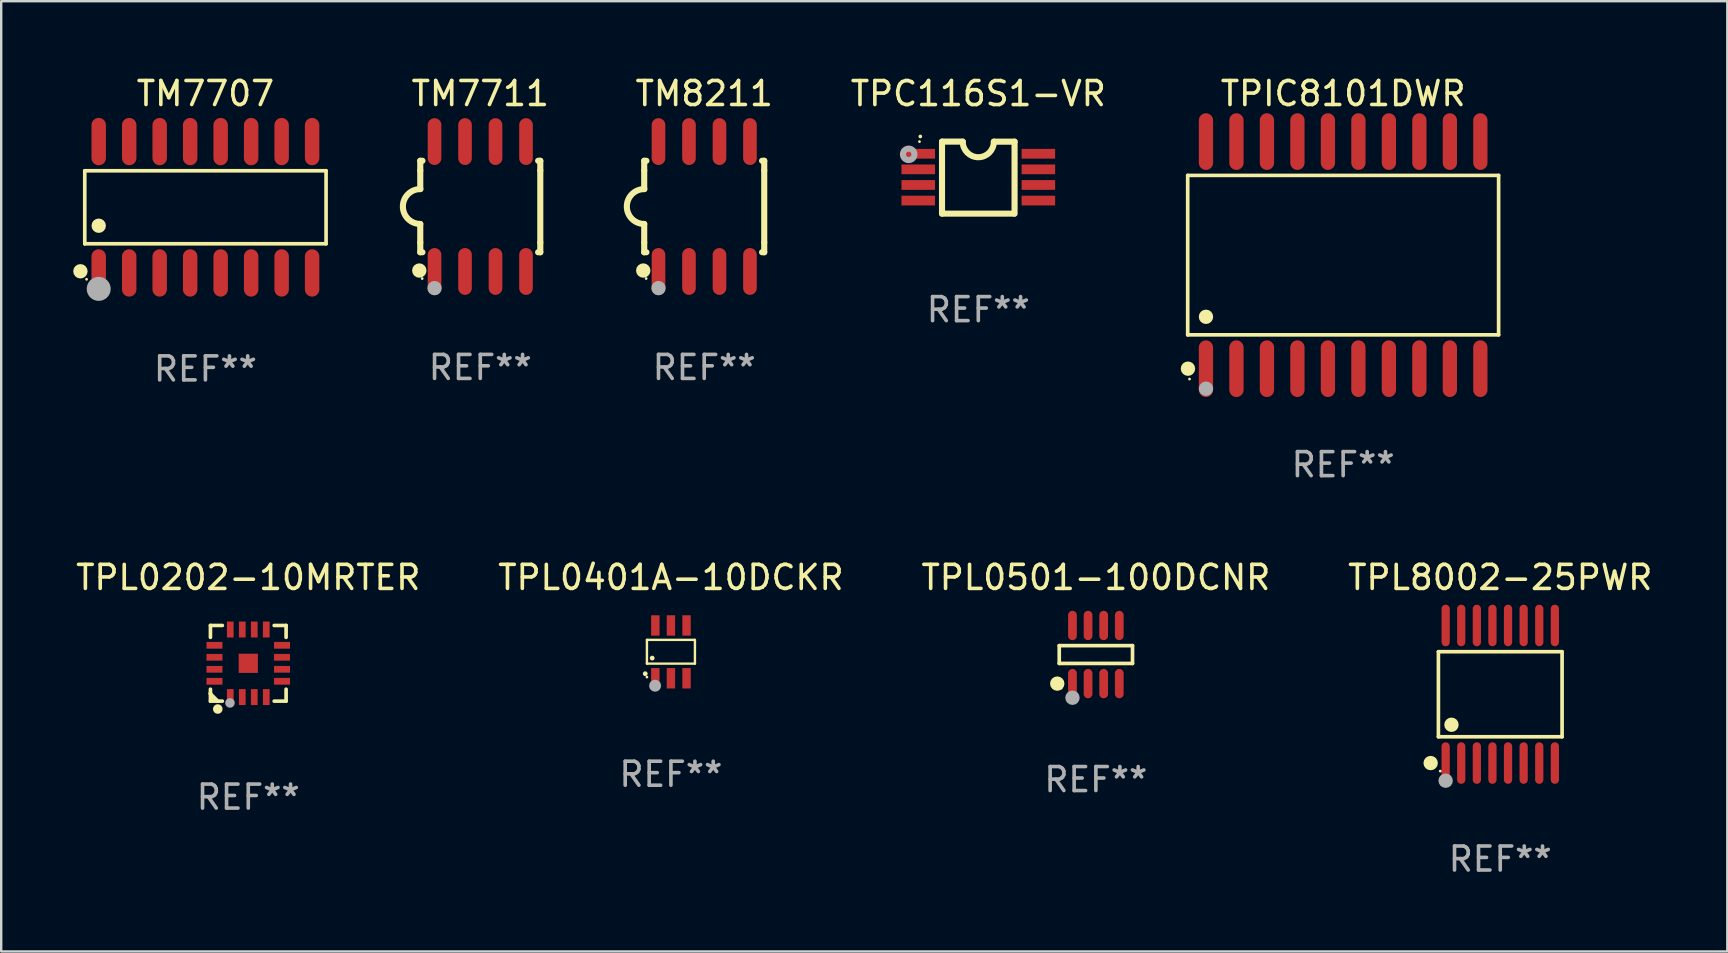
<source format=kicad_pcb>
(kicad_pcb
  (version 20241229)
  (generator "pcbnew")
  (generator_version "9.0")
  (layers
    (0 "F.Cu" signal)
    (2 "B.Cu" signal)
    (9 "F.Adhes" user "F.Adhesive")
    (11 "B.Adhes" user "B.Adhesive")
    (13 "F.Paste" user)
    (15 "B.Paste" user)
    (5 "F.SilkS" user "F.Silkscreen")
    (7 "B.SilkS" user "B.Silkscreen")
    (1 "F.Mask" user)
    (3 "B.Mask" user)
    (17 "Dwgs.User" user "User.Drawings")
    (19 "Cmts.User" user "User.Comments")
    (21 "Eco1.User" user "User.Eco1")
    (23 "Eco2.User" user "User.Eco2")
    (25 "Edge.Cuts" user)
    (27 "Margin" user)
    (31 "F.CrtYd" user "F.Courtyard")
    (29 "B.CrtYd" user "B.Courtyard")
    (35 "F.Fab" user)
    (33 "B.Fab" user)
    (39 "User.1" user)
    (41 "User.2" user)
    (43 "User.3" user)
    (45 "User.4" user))
  (footprint "TM8211"
    (layer "F.Cu")
    (at 26.286 5.553)
    (property "Reference" "TM8211" (at 0 -4.705 0) (layer "F.SilkS") (effects (font (size 1 1) (thickness 0.15))))
    (attr through_hole)
    (fp_line (start -2.5 -1.905) (end -2.409 -1.905) (stroke (width 0.254) (type solid)) (layer "F.SilkS"))
    (fp_line (start -2.5 -1.5) (end -2.5 -1.905) (stroke (width 0.254) (type solid)) (layer "F.SilkS"))
    (fp_line (start -2.5 -1.5) (end -2.5 -0.726) (stroke (width 0.254) (type solid)) (layer "F.SilkS"))
    (fp_line (start -2.5 1.5) (end -2.5 0.727) (stroke (width 0.254) (type solid)) (layer "F.SilkS"))
    (fp_line (start -2.5 1.5) (end -2.5 1.905) (stroke (width 0.254) (type solid)) (layer "F.SilkS"))
    (fp_line (start -2.5 1.905) (end -2.409 1.905) (stroke (width 0.254) (type solid)) (layer "F.SilkS"))
    (fp_line (start 2.5 -1.905) (end 2.409 -1.905) (stroke (width 0.254) (type solid)) (layer "F.SilkS"))
    (fp_line (start 2.5 -1.5) (end 2.5 -1.905) (stroke (width 0.254) (type solid)) (layer "F.SilkS"))
    (fp_line (start 2.5 -1.5) (end 2.5 1.5) (stroke (width 0.254) (type solid)) (layer "F.SilkS"))
    (fp_line (start 2.5 1.5) (end 2.5 1.905) (stroke (width 0.254) (type solid)) (layer "F.SilkS"))
    (fp_line (start 2.5 1.905) (end 2.409 1.905) (stroke (width 0.254) (type solid)) (layer "F.SilkS"))
    (fp_arc (start -2.5 0.726568) (mid -3.220316 -0.0023) (end -2.495097 -0.726289) (stroke (width 0.254001) (type solid)) (layer "F.SilkS"))
    (fp_circle (center -2.54 2.667) (end -2.39 2.667) (stroke (width 0.3) (type solid)) (fill no) (layer "F.SilkS"))
    (fp_circle (center -2.42 3) (end -2.39 3) (stroke (width 0.06) (type solid)) (fill no) (layer "F.SilkS"))
    (fp_circle (center -1.905 3.4) (end -1.755 3.4) (stroke (width 0.3) (type solid)) (fill no) (layer "F.Fab"))
    (fp_text user "REF**" (at 0 6.705 0) (layer "F.Fab") (effects (font (size 1 1) (thickness 0.15))))
    (pad "1" smd oval (at -1.905 2.705) (size 0.568 1.95) (layers "F.Cu" "F.Mask" "F.Paste"))
    (pad "2" smd oval (at -0.635 2.705) (size 0.568 1.95) (layers "F.Cu" "F.Mask" "F.Paste"))
    (pad "3" smd oval (at 0.635 2.705) (size 0.568 1.95) (layers "F.Cu" "F.Mask" "F.Paste"))
    (pad "4" smd oval (at 1.905 2.705) (size 0.568 1.95) (layers "F.Cu" "F.Mask" "F.Paste"))
    (pad "5" smd oval (at 1.905 -2.705) (size 0.568 1.95) (layers "F.Cu" "F.Mask" "F.Paste"))
    (pad "6" smd oval (at 0.635 -2.705) (size 0.568 1.95) (layers "F.Cu" "F.Mask" "F.Paste"))
    (pad "7" smd oval (at -0.635 -2.705) (size 0.568 1.95) (layers "F.Cu" "F.Mask" "F.Paste"))
    (pad "8" smd oval (at -1.905 -2.705) (size 0.568 1.95) (layers "F.Cu" "F.Mask" "F.Paste")))
  (footprint "TPL0401A-10DCKR"
    (layer "F.Cu")
    (at 24.899 24.105)
    (property "Reference" "TPL0401A-10DCKR" (at 0 -3.1 0) (layer "F.SilkS") (effects (font (size 1 1) (thickness 0.15))))
    (attr through_hole)
    (fp_line (start -1 -0.5) (end -1 0.49) (stroke (width 0.1) (type solid)) (layer "F.SilkS"))
    (fp_line (start -1 0.49) (end 1 0.49) (stroke (width 0.1) (type solid)) (layer "F.SilkS"))
    (fp_line (start 0.99 -0.5) (end -1 -0.5) (stroke (width 0.1) (type solid)) (layer "F.SilkS"))
    (fp_line (start 1 -0.49) (end 0.99 -0.5) (stroke (width 0.1) (type solid)) (layer "F.SilkS"))
    (fp_line (start 1 0.49) (end 1 -0.49) (stroke (width 0.1) (type solid)) (layer "F.SilkS"))
    (fp_circle (center -1.07 0.91) (end -1.02 0.91) (stroke (width 0.1) (type solid)) (fill no) (layer "F.SilkS"))
    (fp_circle (center -1 1.05) (end -0.97 1.05) (stroke (width 0.06) (type solid)) (fill no) (layer "F.SilkS"))
    (fp_circle (center -0.78 0.26) (end -0.73 0.26) (stroke (width 0.1) (type solid)) (fill no) (layer "F.SilkS"))
    (fp_circle (center -0.66 1.41) (end -0.535 1.41) (stroke (width 0.25) (type solid)) (fill no) (layer "F.Fab"))
    (fp_text user "REF**" (at 0 5.1 0) (layer "F.Fab") (effects (font (size 1 1) (thickness 0.15))))
    (pad "1" smd rect (at -0.65 1.1) (size 0.35 0.85) (layers "F.Cu" "F.Mask" "F.Paste"))
    (pad "2" smd rect (at 0 1.1) (size 0.35 0.85) (layers "F.Cu" "F.Mask" "F.Paste"))
    (pad "3" smd rect (at 0.65 1.1) (size 0.35 0.85) (layers "F.Cu" "F.Mask" "F.Paste"))
    (pad "4" smd rect (at 0.65 -1.1) (size 0.35 0.85) (layers "F.Cu" "F.Mask" "F.Paste"))
    (pad "5" smd rect (at 0 -1.1) (size 0.35 0.85) (layers "F.Cu" "F.Mask" "F.Paste"))
    (pad "6" smd rect (at -0.65 -1.1) (size 0.35 0.85) (layers "F.Cu" "F.Mask" "F.Paste")))
  (footprint "TPC116S1-VR"
    (layer "F.Cu")
    (at 37.703 4.35)
    (property "Reference" "TPC116S1-VR" (at 0 -3.501 0) (layer "F.SilkS") (effects (font (size 1 1) (thickness 0.15))))
    (attr through_hole)
    (fp_line (start -1.511 -1.501) (end -1.511 1.499) (stroke (width 0.254) (type solid)) (layer "F.SilkS"))
    (fp_line (start -1.511 -1.501) (end -0.648 -1.501) (stroke (width 0.254) (type solid)) (layer "F.SilkS"))
    (fp_line (start -1.511 1.499) (end 1.489 1.499) (stroke (width 0.254) (type solid)) (layer "F.SilkS"))
    (fp_line (start 0.648 -1.499) (end 1.511 -1.499) (stroke (width 0.254) (type solid)) (layer "F.SilkS"))
    (fp_line (start 1.511 -1.499) (end 1.511 1.501) (stroke (width 0.254) (type solid)) (layer "F.SilkS"))
    (fp_arc (start -2.41491 -1.713233) (mid -2.414916 -1.714503) (end -2.41491 -1.715773) (stroke (width 0.150013) (type solid)) (layer "F.SilkS"))
    (fp_arc (start 0.647803 -1.498603) (mid 0.000102 -0.850902) (end -0.647599 -1.498603) (stroke (width 0.254001) (type solid)) (layer "F.SilkS"))
    (fp_circle (center -2.45 -1.501) (end -2.42 -1.501) (stroke (width 0.06) (type solid)) (fill no) (layer "F.SilkS"))
    (fp_circle (center -2.9 -0.97) (end -2.788 -0.97) (stroke (width 0.254) (type solid)) (fill no) (layer "F.Fab"))
    (fp_text user "REF**" (at 0 5.501 0) (layer "F.Fab") (effects (font (size 1 1) (thickness 0.15))))
    (pad "1" smd rect (at -2.502 -0.995) (size 1.397 0.406) (layers "F.Cu" "F.Mask" "F.Paste"))
    (pad "2" smd rect (at -2.502 -0.345) (size 1.397 0.406) (layers "F.Cu" "F.Mask" "F.Paste"))
    (pad "3" smd rect (at -2.502 0.305) (size 1.397 0.406) (layers "F.Cu" "F.Mask" "F.Paste"))
    (pad "4" smd rect (at -2.502 0.955) (size 1.397 0.406) (layers "F.Cu" "F.Mask" "F.Paste"))
    (pad "5" smd rect (at 2.502 0.955) (size 1.397 0.406) (layers "F.Cu" "F.Mask" "F.Paste"))
    (pad "6" smd rect (at 2.502 0.305) (size 1.397 0.406) (layers "F.Cu" "F.Mask" "F.Paste"))
    (pad "7" smd rect (at 2.502 -0.345) (size 1.397 0.406) (layers "F.Cu" "F.Mask" "F.Paste"))
    (pad "8" smd rect (at 2.502 -0.995) (size 1.397 0.406) (layers "F.Cu" "F.Mask" "F.Paste")))
  (footprint "TM7707"
    (layer "F.Cu")
    (at 5.507 5.584)
    (property "Reference" "TM7707" (at 0 -4.736 0) (layer "F.SilkS") (effects (font (size 1 1) (thickness 0.15))))
    (attr through_hole)
    (fp_line (start -5.026 -1.521) (end 5.026 -1.521) (stroke (width 0.152) (type solid)) (layer "F.SilkS"))
    (fp_line (start -5.026 1.521) (end -5.026 -1.521) (stroke (width 0.152) (type solid)) (layer "F.SilkS"))
    (fp_line (start 5.026 -1.521) (end 5.026 1.521) (stroke (width 0.152) (type solid)) (layer "F.SilkS"))
    (fp_line (start 5.026 1.521) (end -5.026 1.521) (stroke (width 0.152) (type solid)) (layer "F.SilkS"))
    (fp_circle (center -5.207 2.667) (end -5.057 2.667) (stroke (width 0.3) (type solid)) (fill no) (layer "F.SilkS"))
    (fp_circle (center -4.95 3) (end -4.92 3) (stroke (width 0.06) (type solid)) (fill no) (layer "F.SilkS"))
    (fp_circle (center -4.445 0.769) (end -4.295 0.769) (stroke (width 0.3) (type solid)) (fill no) (layer "F.SilkS"))
    (fp_circle (center -4.445 3.4) (end -4.195 3.4) (stroke (width 0.5) (type solid)) (fill no) (layer "F.Fab"))
    (fp_text user "REF**" (at 0 6.736 0) (layer "F.Fab") (effects (font (size 1 1) (thickness 0.15))))
    (pad "1" smd oval (at -4.445 2.736) (size 0.602 1.971) (layers "F.Cu" "F.Mask" "F.Paste"))
    (pad "2" smd oval (at -3.175 2.736) (size 0.602 1.971) (layers "F.Cu" "F.Mask" "F.Paste"))
    (pad "3" smd oval (at -1.905 2.736) (size 0.602 1.971) (layers "F.Cu" "F.Mask" "F.Paste"))
    (pad "4" smd oval (at -0.635 2.736) (size 0.602 1.971) (layers "F.Cu" "F.Mask" "F.Paste"))
    (pad "5" smd oval (at 0.635 2.736) (size 0.602 1.971) (layers "F.Cu" "F.Mask" "F.Paste"))
    (pad "6" smd oval (at 1.905 2.736) (size 0.602 1.971) (layers "F.Cu" "F.Mask" "F.Paste"))
    (pad "7" smd oval (at 3.175 2.736) (size 0.602 1.971) (layers "F.Cu" "F.Mask" "F.Paste"))
    (pad "8" smd oval (at 4.445 2.736) (size 0.602 1.971) (layers "F.Cu" "F.Mask" "F.Paste"))
    (pad "9" smd oval (at 4.445 -2.736) (size 0.602 1.971) (layers "F.Cu" "F.Mask" "F.Paste"))
    (pad "10" smd oval (at 3.175 -2.736) (size 0.602 1.971) (layers "F.Cu" "F.Mask" "F.Paste"))
    (pad "11" smd oval (at 1.905 -2.736) (size 0.602 1.971) (layers "F.Cu" "F.Mask" "F.Paste"))
    (pad "12" smd oval (at 0.635 -2.736) (size 0.602 1.971) (layers "F.Cu" "F.Mask" "F.Paste"))
    (pad "13" smd oval (at -0.635 -2.736) (size 0.602 1.971) (layers "F.Cu" "F.Mask" "F.Paste"))
    (pad "14" smd oval (at -1.905 -2.736) (size 0.602 1.971) (layers "F.Cu" "F.Mask" "F.Paste"))
    (pad "15" smd oval (at -3.175 -2.736) (size 0.602 1.971) (layers "F.Cu" "F.Mask" "F.Paste"))
    (pad "16" smd oval (at -4.445 -2.736) (size 0.602 1.971) (layers "F.Cu" "F.Mask" "F.Paste")))
  (footprint "TM7711"
    (layer "F.Cu")
    (at 16.957 5.553)
    (property "Reference" "TM7711" (at 0 -4.705 0) (layer "F.SilkS") (effects (font (size 1 1) (thickness 0.15))))
    (attr through_hole)
    (fp_line (start -2.5 -1.905) (end -2.409 -1.905) (stroke (width 0.254) (type solid)) (layer "F.SilkS"))
    (fp_line (start -2.5 -1.5) (end -2.5 -1.905) (stroke (width 0.254) (type solid)) (layer "F.SilkS"))
    (fp_line (start -2.5 -1.5) (end -2.5 -0.726) (stroke (width 0.254) (type solid)) (layer "F.SilkS"))
    (fp_line (start -2.5 1.5) (end -2.5 0.727) (stroke (width 0.254) (type solid)) (layer "F.SilkS"))
    (fp_line (start -2.5 1.5) (end -2.5 1.905) (stroke (width 0.254) (type solid)) (layer "F.SilkS"))
    (fp_line (start -2.5 1.905) (end -2.409 1.905) (stroke (width 0.254) (type solid)) (layer "F.SilkS"))
    (fp_line (start 2.5 -1.905) (end 2.409 -1.905) (stroke (width 0.254) (type solid)) (layer "F.SilkS"))
    (fp_line (start 2.5 -1.5) (end 2.5 -1.905) (stroke (width 0.254) (type solid)) (layer "F.SilkS"))
    (fp_line (start 2.5 -1.5) (end 2.5 1.5) (stroke (width 0.254) (type solid)) (layer "F.SilkS"))
    (fp_line (start 2.5 1.5) (end 2.5 1.905) (stroke (width 0.254) (type solid)) (layer "F.SilkS"))
    (fp_line (start 2.5 1.905) (end 2.409 1.905) (stroke (width 0.254) (type solid)) (layer "F.SilkS"))
    (fp_arc (start -2.5 0.726568) (mid -3.220316 -0.0023) (end -2.495097 -0.726289) (stroke (width 0.254001) (type solid)) (layer "F.SilkS"))
    (fp_circle (center -2.54 2.667) (end -2.39 2.667) (stroke (width 0.3) (type solid)) (fill no) (layer "F.SilkS"))
    (fp_circle (center -2.42 3) (end -2.39 3) (stroke (width 0.06) (type solid)) (fill no) (layer "F.SilkS"))
    (fp_circle (center -1.905 3.4) (end -1.755 3.4) (stroke (width 0.3) (type solid)) (fill no) (layer "F.Fab"))
    (fp_text user "REF**" (at 0 6.705 0) (layer "F.Fab") (effects (font (size 1 1) (thickness 0.15))))
    (pad "1" smd oval (at -1.905 2.705) (size 0.568 1.95) (layers "F.Cu" "F.Mask" "F.Paste"))
    (pad "2" smd oval (at -0.635 2.705) (size 0.568 1.95) (layers "F.Cu" "F.Mask" "F.Paste"))
    (pad "3" smd oval (at 0.635 2.705) (size 0.568 1.95) (layers "F.Cu" "F.Mask" "F.Paste"))
    (pad "4" smd oval (at 1.905 2.705) (size 0.568 1.95) (layers "F.Cu" "F.Mask" "F.Paste"))
    (pad "5" smd oval (at 1.905 -2.705) (size 0.568 1.95) (layers "F.Cu" "F.Mask" "F.Paste"))
    (pad "6" smd oval (at 0.635 -2.705) (size 0.568 1.95) (layers "F.Cu" "F.Mask" "F.Paste"))
    (pad "7" smd oval (at -0.635 -2.705) (size 0.568 1.95) (layers "F.Cu" "F.Mask" "F.Paste"))
    (pad "8" smd oval (at -1.905 -2.705) (size 0.568 1.95) (layers "F.Cu" "F.Mask" "F.Paste")))
  (footprint "TPL8002-25PWR"
    (layer "F.Cu")
    (at 59.446 25.871)
    (property "Reference" "TPL8002-25PWR" (at 0 -4.866 0) (layer "F.SilkS") (effects (font (size 1 1) (thickness 0.15))))
    (attr through_hole)
    (fp_line (start -2.576 -1.772) (end 2.576 -1.772) (stroke (width 0.152) (type solid)) (layer "F.SilkS"))
    (fp_line (start -2.576 1.771) (end -2.576 -1.772) (stroke (width 0.152) (type solid)) (layer "F.SilkS"))
    (fp_line (start 2.576 -1.772) (end 2.576 1.771) (stroke (width 0.152) (type solid)) (layer "F.SilkS"))
    (fp_line (start 2.576 1.771) (end -2.576 1.771) (stroke (width 0.152) (type solid)) (layer "F.SilkS"))
    (fp_circle (center -2.899 2.866) (end -2.749 2.866) (stroke (width 0.3) (type solid)) (fill no) (layer "F.SilkS"))
    (fp_circle (center -2.5 3.2) (end -2.47 3.2) (stroke (width 0.06) (type solid)) (fill no) (layer "F.SilkS"))
    (fp_circle (center -2.032 1.27) (end -1.882 1.27) (stroke (width 0.3) (type solid)) (fill no) (layer "F.SilkS"))
    (fp_circle (center -2.275 3.6) (end -2.125 3.6) (stroke (width 0.3) (type solid)) (fill no) (layer "F.Fab"))
    (fp_text user "REF**" (at 0 6.866 0) (layer "F.Fab") (effects (font (size 1 1) (thickness 0.15))))
    (pad "1" smd oval (at -2.275 2.866) (size 0.343 1.731) (layers "F.Cu" "F.Mask" "F.Paste"))
    (pad "2" smd oval (at -1.625 2.866) (size 0.343 1.731) (layers "F.Cu" "F.Mask" "F.Paste"))
    (pad "3" smd oval (at -0.975 2.866) (size 0.343 1.731) (layers "F.Cu" "F.Mask" "F.Paste"))
    (pad "4" smd oval (at -0.325 2.866) (size 0.343 1.731) (layers "F.Cu" "F.Mask" "F.Paste"))
    (pad "5" smd oval (at 0.325 2.866) (size 0.343 1.731) (layers "F.Cu" "F.Mask" "F.Paste"))
    (pad "6" smd oval (at 0.975 2.866) (size 0.343 1.731) (layers "F.Cu" "F.Mask" "F.Paste"))
    (pad "7" smd oval (at 1.625 2.866) (size 0.343 1.731) (layers "F.Cu" "F.Mask" "F.Paste"))
    (pad "8" smd oval (at 2.275 2.866) (size 0.343 1.731) (layers "F.Cu" "F.Mask" "F.Paste"))
    (pad "9" smd oval (at 2.275 -2.866) (size 0.343 1.731) (layers "F.Cu" "F.Mask" "F.Paste"))
    (pad "10" smd oval (at 1.625 -2.866) (size 0.343 1.731) (layers "F.Cu" "F.Mask" "F.Paste"))
    (pad "11" smd oval (at 0.975 -2.866) (size 0.343 1.731) (layers "F.Cu" "F.Mask" "F.Paste"))
    (pad "12" smd oval (at 0.325 -2.866) (size 0.343 1.731) (layers "F.Cu" "F.Mask" "F.Paste"))
    (pad "13" smd oval (at -0.325 -2.866) (size 0.343 1.731) (layers "F.Cu" "F.Mask" "F.Paste"))
    (pad "14" smd oval (at -0.975 -2.866) (size 0.343 1.731) (layers "F.Cu" "F.Mask" "F.Paste"))
    (pad "15" smd oval (at -1.625 -2.866) (size 0.343 1.731) (layers "F.Cu" "F.Mask" "F.Paste"))
    (pad "16" smd oval (at -2.275 -2.866) (size 0.343 1.731) (layers "F.Cu" "F.Mask" "F.Paste")))
  (footprint "TPIC8101DWR"
    (layer "F.Cu")
    (at 52.902 7.578)
    (property "Reference" "TPIC8101DWR" (at 0 -6.73 0) (layer "F.SilkS") (effects (font (size 1 1) (thickness 0.15))))
    (attr through_hole)
    (fp_line (start -6.476 -3.321) (end 6.476 -3.321) (stroke (width 0.152) (type solid)) (layer "F.SilkS"))
    (fp_line (start -6.476 3.321) (end -6.476 -3.321) (stroke (width 0.152) (type solid)) (layer "F.SilkS"))
    (fp_line (start 6.476 -3.321) (end 6.476 3.321) (stroke (width 0.152) (type solid)) (layer "F.SilkS"))
    (fp_line (start 6.476 3.321) (end -6.476 3.321) (stroke (width 0.152) (type solid)) (layer "F.SilkS"))
    (fp_circle (center -6.465 4.73) (end -6.315 4.73) (stroke (width 0.3) (type solid)) (fill no) (layer "F.SilkS"))
    (fp_circle (center -6.4 5.163) (end -6.37 5.163) (stroke (width 0.06) (type solid)) (fill no) (layer "F.SilkS"))
    (fp_circle (center -5.715 2.569) (end -5.565 2.569) (stroke (width 0.3) (type solid)) (fill no) (layer "F.SilkS"))
    (fp_circle (center -5.715 5.563) (end -5.565 5.563) (stroke (width 0.3) (type solid)) (fill no) (layer "F.Fab"))
    (fp_text user "REF**" (at 0 8.73 0) (layer "F.Fab") (effects (font (size 1 1) (thickness 0.15))))
    (pad "1" smd oval (at -5.715 4.73) (size 0.595 2.36) (layers "F.Cu" "F.Mask" "F.Paste"))
    (pad "2" smd oval (at -4.445 4.73) (size 0.595 2.36) (layers "F.Cu" "F.Mask" "F.Paste"))
    (pad "3" smd oval (at -3.175 4.73) (size 0.595 2.36) (layers "F.Cu" "F.Mask" "F.Paste"))
    (pad "4" smd oval (at -1.905 4.73) (size 0.595 2.36) (layers "F.Cu" "F.Mask" "F.Paste"))
    (pad "5" smd oval (at -0.635 4.73) (size 0.595 2.36) (layers "F.Cu" "F.Mask" "F.Paste"))
    (pad "6" smd oval (at 0.635 4.73) (size 0.595 2.36) (layers "F.Cu" "F.Mask" "F.Paste"))
    (pad "7" smd oval (at 1.905 4.73) (size 0.595 2.36) (layers "F.Cu" "F.Mask" "F.Paste"))
    (pad "8" smd oval (at 3.175 4.73) (size 0.595 2.36) (layers "F.Cu" "F.Mask" "F.Paste"))
    (pad "9" smd oval (at 4.445 4.73) (size 0.595 2.36) (layers "F.Cu" "F.Mask" "F.Paste"))
    (pad "10" smd oval (at 5.715 4.73) (size 0.595 2.36) (layers "F.Cu" "F.Mask" "F.Paste"))
    (pad "11" smd oval (at 5.715 -4.73) (size 0.595 2.36) (layers "F.Cu" "F.Mask" "F.Paste"))
    (pad "12" smd oval (at 4.445 -4.73) (size 0.595 2.36) (layers "F.Cu" "F.Mask" "F.Paste"))
    (pad "13" smd oval (at 3.175 -4.73) (size 0.595 2.36) (layers "F.Cu" "F.Mask" "F.Paste"))
    (pad "14" smd oval (at 1.905 -4.73) (size 0.595 2.36) (layers "F.Cu" "F.Mask" "F.Paste"))
    (pad "15" smd oval (at 0.635 -4.73) (size 0.595 2.36) (layers "F.Cu" "F.Mask" "F.Paste"))
    (pad "16" smd oval (at -0.635 -4.73) (size 0.595 2.36) (layers "F.Cu" "F.Mask" "F.Paste"))
    (pad "17" smd oval (at -1.905 -4.73) (size 0.595 2.36) (layers "F.Cu" "F.Mask" "F.Paste"))
    (pad "18" smd oval (at -3.175 -4.73) (size 0.595 2.36) (layers "F.Cu" "F.Mask" "F.Paste"))
    (pad "19" smd oval (at -4.445 -4.73) (size 0.595 2.36) (layers "F.Cu" "F.Mask" "F.Paste"))
    (pad "20" smd oval (at -5.715 -4.73) (size 0.595 2.36) (layers "F.Cu" "F.Mask" "F.Paste")))
  (footprint "TPL0501-100DCNR"
    (layer "F.Cu")
    (at 42.601 24.216)
    (property "Reference" "TPL0501-100DCNR" (at 0 -3.211 0) (layer "F.SilkS") (effects (font (size 1 1) (thickness 0.15))))
    (attr through_hole)
    (fp_line (start -1.526 -0.371) (end 1.526 -0.371) (stroke (width 0.152) (type solid)) (layer "F.SilkS"))
    (fp_line (start -1.526 0.371) (end -1.526 -0.371) (stroke (width 0.152) (type solid)) (layer "F.SilkS"))
    (fp_line (start 1.526 -0.371) (end 1.526 0.371) (stroke (width 0.152) (type solid)) (layer "F.SilkS"))
    (fp_line (start 1.526 0.371) (end -1.526 0.371) (stroke (width 0.152) (type solid)) (layer "F.SilkS"))
    (fp_circle (center -1.609 1.211) (end -1.459 1.211) (stroke (width 0.3) (type solid)) (fill no) (layer "F.SilkS"))
    (fp_circle (center -1.45 1.4) (end -1.42 1.4) (stroke (width 0.06) (type solid)) (fill no) (layer "F.SilkS"))
    (fp_circle (center -0.975 1.8) (end -0.825 1.8) (stroke (width 0.3) (type solid)) (fill no) (layer "F.Fab"))
    (fp_text user "REF**" (at 0 5.211 0) (layer "F.Fab") (effects (font (size 1 1) (thickness 0.15))))
    (pad "1" smd oval (at -0.975 1.211) (size 0.364 1.222) (layers "F.Cu" "F.Mask" "F.Paste"))
    (pad "2" smd oval (at -0.325 1.211) (size 0.364 1.222) (layers "F.Cu" "F.Mask" "F.Paste"))
    (pad "3" smd oval (at 0.325 1.211) (size 0.364 1.222) (layers "F.Cu" "F.Mask" "F.Paste"))
    (pad "4" smd oval (at 0.975 1.211) (size 0.364 1.222) (layers "F.Cu" "F.Mask" "F.Paste"))
    (pad "5" smd oval (at 0.975 -1.211) (size 0.364 1.222) (layers "F.Cu" "F.Mask" "F.Paste"))
    (pad "6" smd oval (at 0.325 -1.211) (size 0.364 1.222) (layers "F.Cu" "F.Mask" "F.Paste"))
    (pad "7" smd oval (at -0.325 -1.211) (size 0.364 1.222) (layers "F.Cu" "F.Mask" "F.Paste"))
    (pad "8" smd oval (at -0.975 -1.211) (size 0.364 1.222) (layers "F.Cu" "F.Mask" "F.Paste")))
  (footprint "TPL0202-10MRTER"
    (layer "F.Cu")
    (at 7.292 24.581)
    (property "Reference" "TPL0202-10MRTER" (at 0 -3.576 0) (layer "F.SilkS") (effects (font (size 1 1) (thickness 0.15))))
    (attr through_hole)
    (fp_line (start -1.576 -1.576) (end -1.08 -1.576) (stroke (width 0.152) (type solid)) (layer "F.SilkS"))
    (fp_line (start -1.576 -1.08) (end -1.576 -1.576) (stroke (width 0.152) (type solid)) (layer "F.SilkS"))
    (fp_line (start -1.576 1.08) (end -1.576 1.576) (stroke (width 0.152) (type solid)) (layer "F.SilkS"))
    (fp_line (start -1.576 1.232) (end -1.576 1.272) (stroke (width 0.152) (type solid)) (layer "F.SilkS"))
    (fp_line (start -1.576 1.272) (end -1.272 1.576) (stroke (width 0.152) (type solid)) (layer "F.SilkS"))
    (fp_line (start -1.576 1.576) (end -1.08 1.576) (stroke (width 0.152) (type solid)) (layer "F.SilkS"))
    (fp_line (start 1.576 -1.576) (end 1.08 -1.576) (stroke (width 0.152) (type solid)) (layer "F.SilkS"))
    (fp_line (start 1.576 -1.08) (end 1.576 -1.576) (stroke (width 0.152) (type solid)) (layer "F.SilkS"))
    (fp_line (start 1.576 1.08) (end 1.576 1.576) (stroke (width 0.152) (type solid)) (layer "F.SilkS"))
    (fp_line (start 1.576 1.576) (end 1.08 1.576) (stroke (width 0.152) (type solid)) (layer "F.SilkS"))
    (fp_circle (center -1.5 1.5) (end -1.47 1.5) (stroke (width 0.06) (type solid)) (fill no) (layer "F.SilkS"))
    (fp_circle (center -1.27 1.905) (end -1.17 1.905) (stroke (width 0.2) (type solid)) (fill no) (layer "F.SilkS"))
    (fp_circle (center -0.762 1.651) (end -0.662 1.651) (stroke (width 0.2) (type solid)) (fill no) (layer "F.Fab"))
    (fp_text user "REF**" (at 0 5.576 0) (layer "F.Fab") (effects (font (size 1 1) (thickness 0.15))))
    (pad "1" smd rect (at -0.75 1.407) (size 0.28 0.665) (layers "F.Cu" "F.Mask" "F.Paste"))
    (pad "2" smd rect (at -0.25 1.407) (size 0.28 0.665) (layers "F.Cu" "F.Mask" "F.Paste"))
    (pad "3" smd rect (at 0.25 1.407) (size 0.28 0.665) (layers "F.Cu" "F.Mask" "F.Paste"))
    (pad "4" smd rect (at 0.75 1.407) (size 0.28 0.665) (layers "F.Cu" "F.Mask" "F.Paste"))
    (pad "5" smd rect (at 1.407 0.75) (size 0.665 0.28) (layers "F.Cu" "F.Mask" "F.Paste"))
    (pad "6" smd rect (at 1.407 0.25) (size 0.665 0.28) (layers "F.Cu" "F.Mask" "F.Paste"))
    (pad "7" smd rect (at 1.407 -0.25) (size 0.665 0.28) (layers "F.Cu" "F.Mask" "F.Paste"))
    (pad "8" smd rect (at 1.407 -0.75) (size 0.665 0.28) (layers "F.Cu" "F.Mask" "F.Paste"))
    (pad "9" smd rect (at 0.75 -1.407) (size 0.28 0.665) (layers "F.Cu" "F.Mask" "F.Paste"))
    (pad "10" smd rect (at 0.25 -1.407) (size 0.28 0.665) (layers "F.Cu" "F.Mask" "F.Paste"))
    (pad "11" smd rect (at -0.25 -1.407) (size 0.28 0.665) (layers "F.Cu" "F.Mask" "F.Paste"))
    (pad "12" smd rect (at -0.75 -1.407) (size 0.28 0.665) (layers "F.Cu" "F.Mask" "F.Paste"))
    (pad "13" smd rect (at -1.407 -0.75) (size 0.665 0.28) (layers "F.Cu" "F.Mask" "F.Paste"))
    (pad "14" smd rect (at -1.407 -0.25) (size 0.665 0.28) (layers "F.Cu" "F.Mask" "F.Paste"))
    (pad "15" smd rect (at -1.407 0.25) (size 0.665 0.28) (layers "F.Cu" "F.Mask" "F.Paste"))
    (pad "16" smd rect (at -1.407 0.75) (size 0.665 0.28) (layers "F.Cu" "F.Mask" "F.Paste"))
    (pad "17" smd rect (at 0 0) (size 0.8 0.8) (layers "F.Cu" "F.Mask" "F.Paste")))
  (gr_rect
    (start -3 -3)
    (end 68.905 36.585)
    (stroke (width 0.1) (type default))
    (fill no)
    (layer "Edge.Cuts")))
</source>
